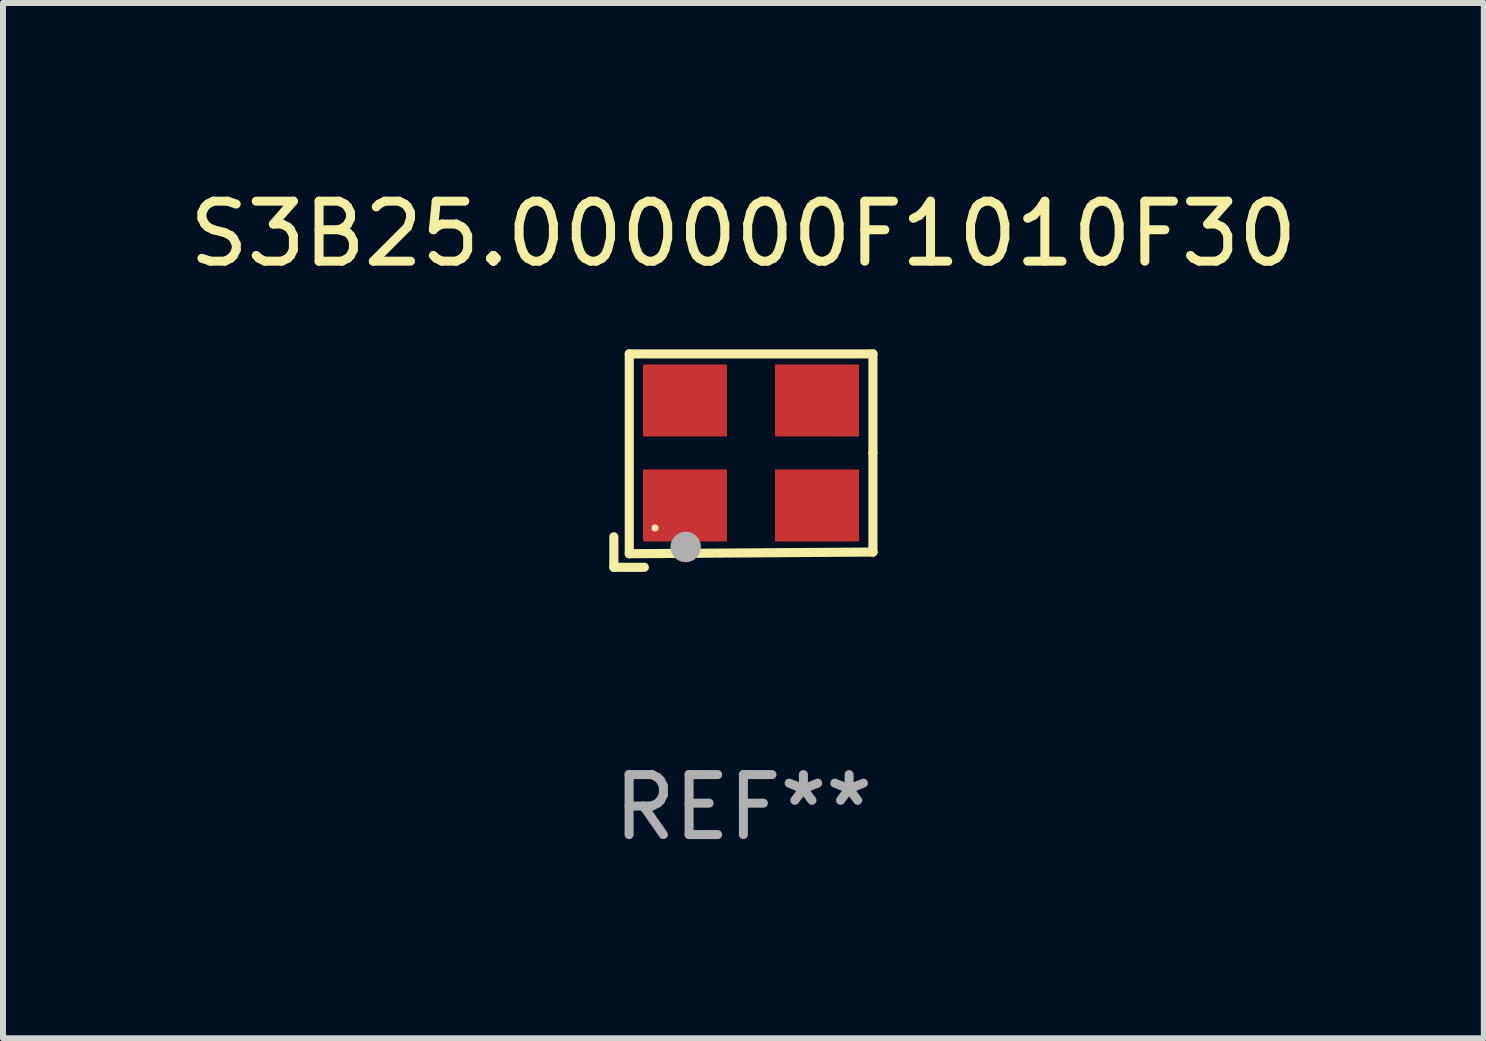
<source format=kicad_pcb>
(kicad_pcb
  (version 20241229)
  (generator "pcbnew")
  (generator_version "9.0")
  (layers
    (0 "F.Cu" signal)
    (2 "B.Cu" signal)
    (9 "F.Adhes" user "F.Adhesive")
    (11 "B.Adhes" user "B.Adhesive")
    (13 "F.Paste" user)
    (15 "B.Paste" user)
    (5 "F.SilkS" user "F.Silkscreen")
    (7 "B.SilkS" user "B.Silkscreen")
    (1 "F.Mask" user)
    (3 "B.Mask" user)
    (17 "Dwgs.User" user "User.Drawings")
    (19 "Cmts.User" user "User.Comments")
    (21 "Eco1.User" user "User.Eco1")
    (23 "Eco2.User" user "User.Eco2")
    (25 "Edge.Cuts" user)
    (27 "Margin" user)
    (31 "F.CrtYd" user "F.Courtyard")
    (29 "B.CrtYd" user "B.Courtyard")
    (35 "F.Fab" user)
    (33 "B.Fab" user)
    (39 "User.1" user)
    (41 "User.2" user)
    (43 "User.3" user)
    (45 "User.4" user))
  (footprint "S3B25.000000F1010F30"
    (layer "F.Cu")
    (at 9.339 4.626)
    (property "Reference" "S3B25.000000F1010F30" (at 0 -3.778 0) (layer "F.SilkS") (effects (font (size 1 1) (thickness 0.15))))
    (attr through_hole)
    (fp_line (start -2.159 1.27) (end -2.159 1.778) (stroke (width 0.152) (type solid)) (layer "F.SilkS"))
    (fp_line (start -2.159 1.778) (end -1.651 1.778) (stroke (width 0.152) (type solid)) (layer "F.SilkS"))
    (fp_line (start -1.902 -1.778) (end 2.159 -1.778) (stroke (width 0.152) (type solid)) (layer "F.SilkS"))
    (fp_line (start -1.902 1.552) (end -1.902 -1.778) (stroke (width 0.152) (type solid)) (layer "F.SilkS"))
    (fp_line (start 2.159 -1.778) (end 2.159 -0.127) (stroke (width 0.152) (type solid)) (layer "F.SilkS"))
    (fp_line (start 2.159 -0.127) (end 2.159 1.524) (stroke (width 0.152) (type solid)) (layer "F.SilkS"))
    (fp_line (start 2.159 1.524) (end -1.902 1.552) (stroke (width 0.152) (type solid)) (layer "F.SilkS"))
    (fp_line (start 2.159 1.524) (end 2.159 1.524) (stroke (width 0.152) (type solid)) (layer "F.SilkS"))
    (fp_circle (center -1.473 1.123) (end -1.443 1.123) (stroke (width 0.06) (type solid)) (fill no) (layer "F.SilkS"))
    (fp_circle (center -0.961 1.44) (end -0.834 1.44) (stroke (width 0.254) (type solid)) (fill no) (layer "F.Fab"))
    (fp_text user "REF**" (at 0 5.778 0) (layer "F.Fab") (effects (font (size 1 1) (thickness 0.15))))
    (pad "1" smd rect (at -0.973 0.748) (size 1.4 1.2) (layers "F.Cu" "F.Mask" "F.Paste"))
    (pad "2" smd rect (at 1.227 0.748) (size 1.4 1.2) (layers "F.Cu" "F.Mask" "F.Paste"))
    (pad "3" smd rect (at 1.227 -1.002) (size 1.4 1.2) (layers "F.Cu" "F.Mask" "F.Paste"))
    (pad "4" smd rect (at -0.973 -1.002) (size 1.4 1.2) (layers "F.Cu" "F.Mask" "F.Paste")))
  (gr_rect
    (start -3 -3)
    (end 21.679 14.253)
    (stroke (width 0.1) (type default))
    (fill no)
    (layer "Edge.Cuts")))
</source>
